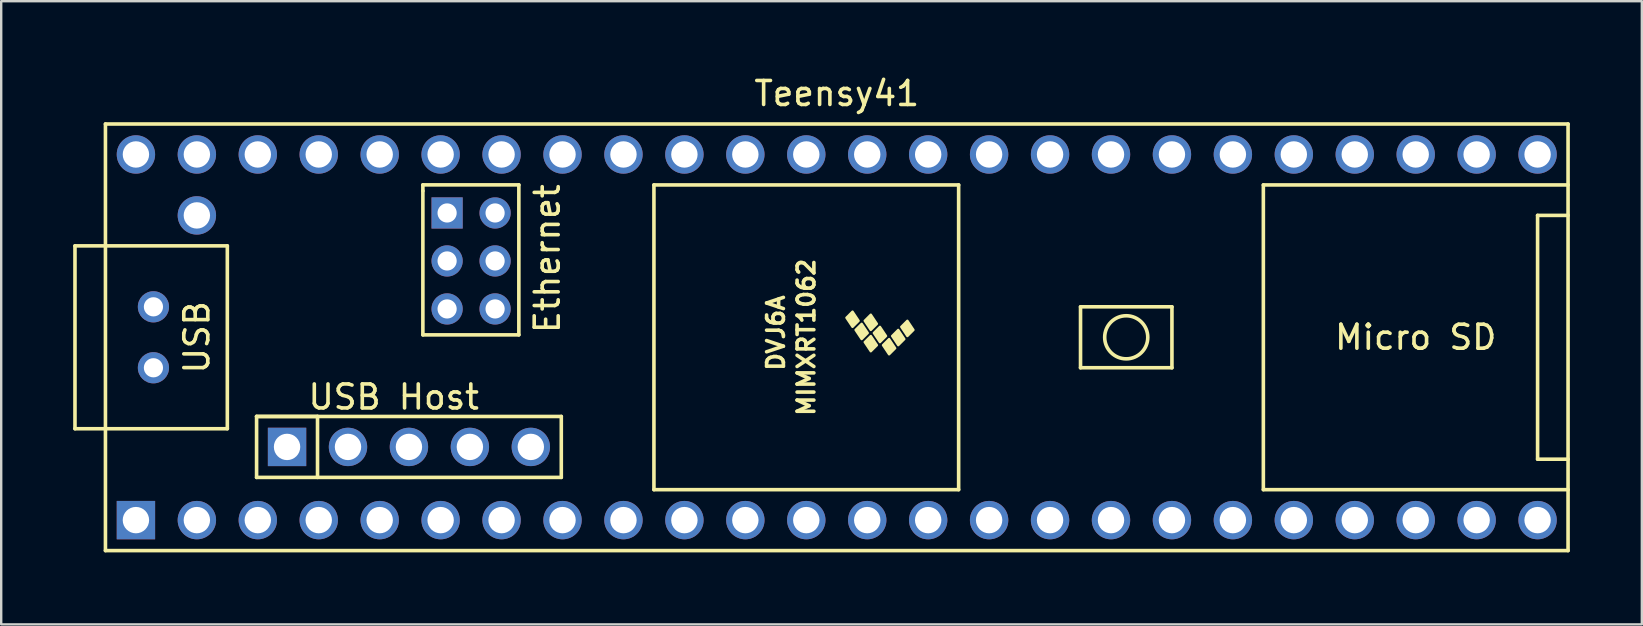
<source format=kicad_pcb>
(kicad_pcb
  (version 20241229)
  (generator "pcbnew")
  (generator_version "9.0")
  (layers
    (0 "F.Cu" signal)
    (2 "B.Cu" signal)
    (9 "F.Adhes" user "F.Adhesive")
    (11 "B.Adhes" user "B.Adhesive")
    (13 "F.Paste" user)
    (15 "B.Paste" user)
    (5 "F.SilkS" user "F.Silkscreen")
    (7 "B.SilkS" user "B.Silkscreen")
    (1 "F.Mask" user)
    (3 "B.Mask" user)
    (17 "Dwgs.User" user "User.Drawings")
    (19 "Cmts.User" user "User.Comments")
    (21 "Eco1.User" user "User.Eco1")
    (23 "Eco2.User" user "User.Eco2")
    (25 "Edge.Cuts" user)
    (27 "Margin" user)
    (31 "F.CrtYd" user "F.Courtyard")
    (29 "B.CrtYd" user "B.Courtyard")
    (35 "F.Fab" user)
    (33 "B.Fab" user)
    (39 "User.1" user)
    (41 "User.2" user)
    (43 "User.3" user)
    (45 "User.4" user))
  (footprint "Teensy41"
    (layer "F.Cu")
    (at 31.825 11.008)
    (property "Reference" "Teensy41" (at 0 -10.16 0) (layer "F.SilkS") (effects (font (size 1 1) (thickness 0.15))))
    (attr through_hole)
    (fp_line (start -31.75 -3.81) (end -30.48 -3.81) (stroke (width 0.15) (type solid)) (layer "F.SilkS"))
    (fp_line (start -31.75 3.81) (end -31.75 -3.81) (stroke (width 0.15) (type solid)) (layer "F.SilkS"))
    (fp_line (start -30.48 -8.89) (end 30.48 -8.89) (stroke (width 0.15) (type solid)) (layer "F.SilkS"))
    (fp_line (start -30.48 3.81) (end -31.75 3.81) (stroke (width 0.15) (type solid)) (layer "F.SilkS"))
    (fp_line (start -30.48 8.89) (end -30.48 -8.89) (stroke (width 0.15) (type solid)) (layer "F.SilkS"))
    (fp_line (start -25.4 -3.81) (end -30.48 -3.81) (stroke (width 0.15) (type solid)) (layer "F.SilkS"))
    (fp_line (start -25.4 3.81) (end -30.48 3.81) (stroke (width 0.15) (type solid)) (layer "F.SilkS"))
    (fp_line (start -25.4 3.81) (end -25.4 -3.81) (stroke (width 0.15) (type solid)) (layer "F.SilkS"))
    (fp_line (start -24.181 3.299) (end -21.641 3.299) (stroke (width 0.15) (type solid)) (layer "F.SilkS"))
    (fp_line (start -24.181 3.299) (end -11.481 3.299) (stroke (width 0.15) (type solid)) (layer "F.SilkS"))
    (fp_line (start -24.181 5.839) (end -24.181 3.299) (stroke (width 0.15) (type solid)) (layer "F.SilkS"))
    (fp_line (start -21.641 3.299) (end -21.641 5.839) (stroke (width 0.15) (type solid)) (layer "F.SilkS"))
    (fp_line (start -17.25 -6.352) (end -17.25 -6.102) (stroke (width 0.15) (type solid)) (layer "F.SilkS"))
    (fp_line (start -17.25 -6.102) (end -17.25 -0.102) (stroke (width 0.15) (type solid)) (layer "F.SilkS"))
    (fp_line (start -17.25 -0.102) (end -13.25 -0.102) (stroke (width 0.15) (type solid)) (layer "F.SilkS"))
    (fp_line (start -13.25 -6.352) (end -17.25 -6.352) (stroke (width 0.15) (type solid)) (layer "F.SilkS"))
    (fp_line (start -13.25 -0.102) (end -13.25 -6.352) (stroke (width 0.15) (type solid)) (layer "F.SilkS"))
    (fp_line (start -11.481 3.299) (end -11.481 5.839) (stroke (width 0.15) (type solid)) (layer "F.SilkS"))
    (fp_line (start -11.481 5.839) (end -24.181 5.839) (stroke (width 0.15) (type solid)) (layer "F.SilkS"))
    (fp_line (start -7.62 -6.35) (end -7.62 6.35) (stroke (width 0.15) (type solid)) (layer "F.SilkS"))
    (fp_line (start -7.62 6.35) (end 5.08 6.35) (stroke (width 0.15) (type solid)) (layer "F.SilkS"))
    (fp_line (start 5.08 -6.35) (end -7.62 -6.35) (stroke (width 0.15) (type solid)) (layer "F.SilkS"))
    (fp_line (start 5.08 6.35) (end 5.08 -6.35) (stroke (width 0.15) (type solid)) (layer "F.SilkS"))
    (fp_line (start 10.16 -1.27) (end 13.97 -1.27) (stroke (width 0.15) (type solid)) (layer "F.SilkS"))
    (fp_line (start 10.16 1.27) (end 10.16 -1.27) (stroke (width 0.15) (type solid)) (layer "F.SilkS"))
    (fp_line (start 13.97 -1.27) (end 13.97 1.27) (stroke (width 0.15) (type solid)) (layer "F.SilkS"))
    (fp_line (start 13.97 1.27) (end 10.16 1.27) (stroke (width 0.15) (type solid)) (layer "F.SilkS"))
    (fp_line (start 17.78 -6.35) (end 17.78 6.35) (stroke (width 0.15) (type solid)) (layer "F.SilkS"))
    (fp_line (start 17.78 6.35) (end 30.48 6.35) (stroke (width 0.15) (type solid)) (layer "F.SilkS"))
    (fp_line (start 29.21 -5.08) (end 29.21 5.08) (stroke (width 0.15) (type solid)) (layer "F.SilkS"))
    (fp_line (start 29.21 5.08) (end 30.48 5.08) (stroke (width 0.15) (type solid)) (layer "F.SilkS"))
    (fp_line (start 30.48 -8.89) (end 30.48 8.89) (stroke (width 0.15) (type solid)) (layer "F.SilkS"))
    (fp_line (start 30.48 -6.35) (end 17.78 -6.35) (stroke (width 0.15) (type solid)) (layer "F.SilkS"))
    (fp_line (start 30.48 -5.08) (end 29.21 -5.08) (stroke (width 0.15) (type solid)) (layer "F.SilkS"))
    (fp_line (start 30.48 8.89) (end -30.48 8.89) (stroke (width 0.15) (type solid)) (layer "F.SilkS"))
    (fp_circle (center 12.065 0) (end 12.7 -0.635) (stroke (width 0.15) (type solid)) (fill no) (layer "F.SilkS"))
    (fp_poly (pts (xy 0.911 -0.688) (xy 0.657 -0.434) (xy 0.403 -0.815) (xy 0.657 -1.069)) (stroke (width 0.1) (type solid)) (fill yes) (layer "F.SilkS"))
    (fp_poly (pts (xy 1.292 -0.18) (xy 1.038 0.074) (xy 0.784 -0.307) (xy 1.038 -0.561)) (stroke (width 0.1) (type solid)) (fill yes) (layer "F.SilkS"))
    (fp_poly (pts (xy 1.673 -0.561) (xy 1.419 -0.307) (xy 1.165 -0.688) (xy 1.419 -0.942)) (stroke (width 0.1) (type solid)) (fill yes) (layer "F.SilkS"))
    (fp_poly (pts (xy 1.673 0.328) (xy 1.419 0.582) (xy 1.165 0.201) (xy 1.419 -0.053)) (stroke (width 0.1) (type solid)) (fill yes) (layer "F.SilkS"))
    (fp_poly (pts (xy 2.054 -0.053) (xy 1.8 0.201) (xy 1.546 -0.18) (xy 1.8 -0.434)) (stroke (width 0.1) (type solid)) (fill yes) (layer "F.SilkS"))
    (fp_poly (pts (xy 2.435 0.455) (xy 2.181 0.709) (xy 1.927 0.328) (xy 2.181 0.074)) (stroke (width 0.1) (type solid)) (fill yes) (layer "F.SilkS"))
    (fp_poly (pts (xy 2.816 0.074) (xy 2.562 0.328) (xy 2.308 -0.053) (xy 2.562 -0.307)) (stroke (width 0.1) (type solid)) (fill yes) (layer "F.SilkS"))
    (fp_poly (pts (xy 3.197 -0.307) (xy 2.943 -0.053) (xy 2.689 -0.434) (xy 2.943 -0.688)) (stroke (width 0.1) (type solid)) (fill yes) (layer "F.SilkS"))
    (fp_text user "DVJ6A" (at -2.54 -0.18 270) (layer "F.SilkS") (effects (font (size 0.7 0.7) (thickness 0.15))))
    (fp_text user "MIMXRT1062" (at -1.27 0 270) (layer "F.SilkS") (effects (font (size 0.7 0.7) (thickness 0.15))))
    (fp_text user "Micro SD" (at 24.13 0 0) (layer "F.SilkS") (effects (font (size 1 1) (thickness 0.15))))
    (fp_text user "USB" (at -26.67 0 270) (layer "F.SilkS") (effects (font (size 1 1) (thickness 0.15))))
    (fp_text user "USB Host" (at -18.466 2.489 0) (layer "F.SilkS") (effects (font (size 1 1) (thickness 0.15))))
    (fp_text user "Ethernet" (at -12.065 -3.277 90) (layer "F.SilkS") (effects (font (size 1 1) (thickness 0.15))))
    (pad "1" thru_hole rect (at -29.21 7.62) (size 1.6 1.6) (drill 1.1) (layers "*.Cu" "*.Mask"))
    (pad "2" thru_hole circle (at -26.67 7.62) (size 1.6 1.6) (drill 1.1) (layers "*.Cu" "*.Mask"))
    (pad "3" thru_hole circle (at -24.13 7.62) (size 1.6 1.6) (drill 1.1) (layers "*.Cu" "*.Mask"))
    (pad "4" thru_hole circle (at -21.59 7.62) (size 1.6 1.6) (drill 1.1) (layers "*.Cu" "*.Mask"))
    (pad "5" thru_hole circle (at -19.05 7.62) (size 1.6 1.6) (drill 1.1) (layers "*.Cu" "*.Mask"))
    (pad "6" thru_hole circle (at -16.51 7.62) (size 1.6 1.6) (drill 1.1) (layers "*.Cu" "*.Mask"))
    (pad "7" thru_hole circle (at -13.97 7.62) (size 1.6 1.6) (drill 1.1) (layers "*.Cu" "*.Mask"))
    (pad "8" thru_hole circle (at -11.43 7.62) (size 1.6 1.6) (drill 1.1) (layers "*.Cu" "*.Mask"))
    (pad "9" thru_hole circle (at -8.89 7.62) (size 1.6 1.6) (drill 1.1) (layers "*.Cu" "*.Mask"))
    (pad "10" thru_hole circle (at -6.35 7.62) (size 1.6 1.6) (drill 1.1) (layers "*.Cu" "*.Mask"))
    (pad "11" thru_hole circle (at -3.81 7.62) (size 1.6 1.6) (drill 1.1) (layers "*.Cu" "*.Mask"))
    (pad "12" thru_hole circle (at -1.27 7.62) (size 1.6 1.6) (drill 1.1) (layers "*.Cu" "*.Mask"))
    (pad "13" thru_hole circle (at 1.27 7.62) (size 1.6 1.6) (drill 1.1) (layers "*.Cu" "*.Mask"))
    (pad "14" thru_hole circle (at 3.81 7.62) (size 1.6 1.6) (drill 1.1) (layers "*.Cu" "*.Mask"))
    (pad "15" thru_hole circle (at 6.35 7.62) (size 1.6 1.6) (drill 1.1) (layers "*.Cu" "*.Mask"))
    (pad "16" thru_hole circle (at 8.89 7.62) (size 1.6 1.6) (drill 1.1) (layers "*.Cu" "*.Mask"))
    (pad "17" thru_hole circle (at 11.43 7.62) (size 1.6 1.6) (drill 1.1) (layers "*.Cu" "*.Mask"))
    (pad "18" thru_hole circle (at 13.97 7.62) (size 1.6 1.6) (drill 1.1) (layers "*.Cu" "*.Mask"))
    (pad "19" thru_hole circle (at 16.51 7.62) (size 1.6 1.6) (drill 1.1) (layers "*.Cu" "*.Mask"))
    (pad "20" thru_hole circle (at 19.05 7.62) (size 1.6 1.6) (drill 1.1) (layers "*.Cu" "*.Mask"))
    (pad "21" thru_hole circle (at 21.59 7.62) (size 1.6 1.6) (drill 1.1) (layers "*.Cu" "*.Mask"))
    (pad "22" thru_hole circle (at 24.13 7.62) (size 1.6 1.6) (drill 1.1) (layers "*.Cu" "*.Mask"))
    (pad "23" thru_hole circle (at 26.67 7.62) (size 1.6 1.6) (drill 1.1) (layers "*.Cu" "*.Mask"))
    (pad "24" thru_hole circle (at 29.21 7.62) (size 1.6 1.6) (drill 1.1) (layers "*.Cu" "*.Mask"))
    (pad "25" thru_hole circle (at 29.21 -7.62) (size 1.6 1.6) (drill 1.1) (layers "*.Cu" "*.Mask"))
    (pad "26" thru_hole circle (at 26.67 -7.62) (size 1.6 1.6) (drill 1.1) (layers "*.Cu" "*.Mask"))
    (pad "27" thru_hole circle (at 24.13 -7.62) (size 1.6 1.6) (drill 1.1) (layers "*.Cu" "*.Mask"))
    (pad "28" thru_hole circle (at 21.59 -7.62) (size 1.6 1.6) (drill 1.1) (layers "*.Cu" "*.Mask"))
    (pad "29" thru_hole circle (at 19.05 -7.62) (size 1.6 1.6) (drill 1.1) (layers "*.Cu" "*.Mask"))
    (pad "30" thru_hole circle (at 16.51 -7.62) (size 1.6 1.6) (drill 1.1) (layers "*.Cu" "*.Mask"))
    (pad "31" thru_hole circle (at 13.97 -7.62) (size 1.6 1.6) (drill 1.1) (layers "*.Cu" "*.Mask"))
    (pad "32" thru_hole circle (at 11.43 -7.62) (size 1.6 1.6) (drill 1.1) (layers "*.Cu" "*.Mask"))
    (pad "33" thru_hole circle (at 8.89 -7.62) (size 1.6 1.6) (drill 1.1) (layers "*.Cu" "*.Mask"))
    (pad "34" thru_hole circle (at 6.35 -7.62) (size 1.6 1.6) (drill 1.1) (layers "*.Cu" "*.Mask"))
    (pad "35" thru_hole circle (at 3.81 -7.62) (size 1.6 1.6) (drill 1.1) (layers "*.Cu" "*.Mask"))
    (pad "36" thru_hole circle (at 1.27 -7.62) (size 1.6 1.6) (drill 1.1) (layers "*.Cu" "*.Mask"))
    (pad "37" thru_hole circle (at -1.27 -7.62) (size 1.6 1.6) (drill 1.1) (layers "*.Cu" "*.Mask"))
    (pad "38" thru_hole circle (at -3.81 -7.62) (size 1.6 1.6) (drill 1.1) (layers "*.Cu" "*.Mask"))
    (pad "39" thru_hole circle (at -6.35 -7.62) (size 1.6 1.6) (drill 1.1) (layers "*.Cu" "*.Mask"))
    (pad "40" thru_hole circle (at -8.89 -7.62) (size 1.6 1.6) (drill 1.1) (layers "*.Cu" "*.Mask"))
    (pad "41" thru_hole circle (at -11.43 -7.62) (size 1.6 1.6) (drill 1.1) (layers "*.Cu" "*.Mask"))
    (pad "42" thru_hole circle (at -13.97 -7.62) (size 1.6 1.6) (drill 1.1) (layers "*.Cu" "*.Mask"))
    (pad "43" thru_hole circle (at -16.51 -7.62) (size 1.6 1.6) (drill 1.1) (layers "*.Cu" "*.Mask"))
    (pad "44" thru_hole circle (at -19.05 -7.62) (size 1.6 1.6) (drill 1.1) (layers "*.Cu" "*.Mask"))
    (pad "45" thru_hole circle (at -21.59 -7.62) (size 1.6 1.6) (drill 1.1) (layers "*.Cu" "*.Mask"))
    (pad "46" thru_hole circle (at -24.13 -7.62) (size 1.6 1.6) (drill 1.1) (layers "*.Cu" "*.Mask"))
    (pad "47" thru_hole circle (at -26.67 -7.62) (size 1.6 1.6) (drill 1.1) (layers "*.Cu" "*.Mask"))
    (pad "48" thru_hole circle (at -29.21 -7.62) (size 1.6 1.6) (drill 1.1) (layers "*.Cu" "*.Mask"))
    (pad "49" thru_hole circle (at -26.67 -5.08) (size 1.6 1.6) (drill 1.1) (layers "*.Cu" "*.Mask"))
    (pad "55" thru_hole rect (at -22.911 4.569) (size 1.6 1.6) (drill 1.1) (layers "*.Cu" "*.Mask"))
    (pad "56" thru_hole circle (at -20.371 4.569) (size 1.6 1.6) (drill 1.1) (layers "*.Cu" "*.Mask"))
    (pad "57" thru_hole circle (at -17.831 4.569) (size 1.6 1.6) (drill 1.1) (layers "*.Cu" "*.Mask"))
    (pad "58" thru_hole circle (at -15.291 4.569) (size 1.6 1.6) (drill 1.1) (layers "*.Cu" "*.Mask"))
    (pad "59" thru_hole circle (at -12.751 4.569) (size 1.6 1.6) (drill 1.1) (layers "*.Cu" "*.Mask"))
    (pad "60" thru_hole rect (at -16.24 -5.182) (size 1.3 1.3) (drill 0.8) (layers "*.Cu" "*.Mask"))
    (pad "61" thru_hole circle (at -16.24 -3.182) (size 1.3 1.3) (drill 0.8) (layers "*.Cu" "*.Mask"))
    (pad "62" thru_hole circle (at -16.24 -1.182) (size 1.3 1.3) (drill 0.8) (layers "*.Cu" "*.Mask"))
    (pad "63" thru_hole circle (at -14.24 -1.182) (size 1.3 1.3) (drill 0.8) (layers "*.Cu" "*.Mask"))
    (pad "64" thru_hole circle (at -14.24 -3.182) (size 1.3 1.3) (drill 0.8) (layers "*.Cu" "*.Mask"))
    (pad "65" thru_hole circle (at -14.24 -5.182) (size 1.3 1.3) (drill 0.8) (layers "*.Cu" "*.Mask"))
    (pad "66" thru_hole circle (at -28.48 -1.27) (size 1.3 1.3) (drill 0.8) (layers "*.Cu" "*.Mask"))
    (pad "67" thru_hole circle (at -28.48 1.27) (size 1.3 1.3) (drill 0.8) (layers "*.Cu" "*.Mask")))
  (gr_rect
    (start -3 -3)
    (end 65.38 22.973)
    (stroke (width 0.1) (type default))
    (fill no)
    (layer "Edge.Cuts")))
</source>
